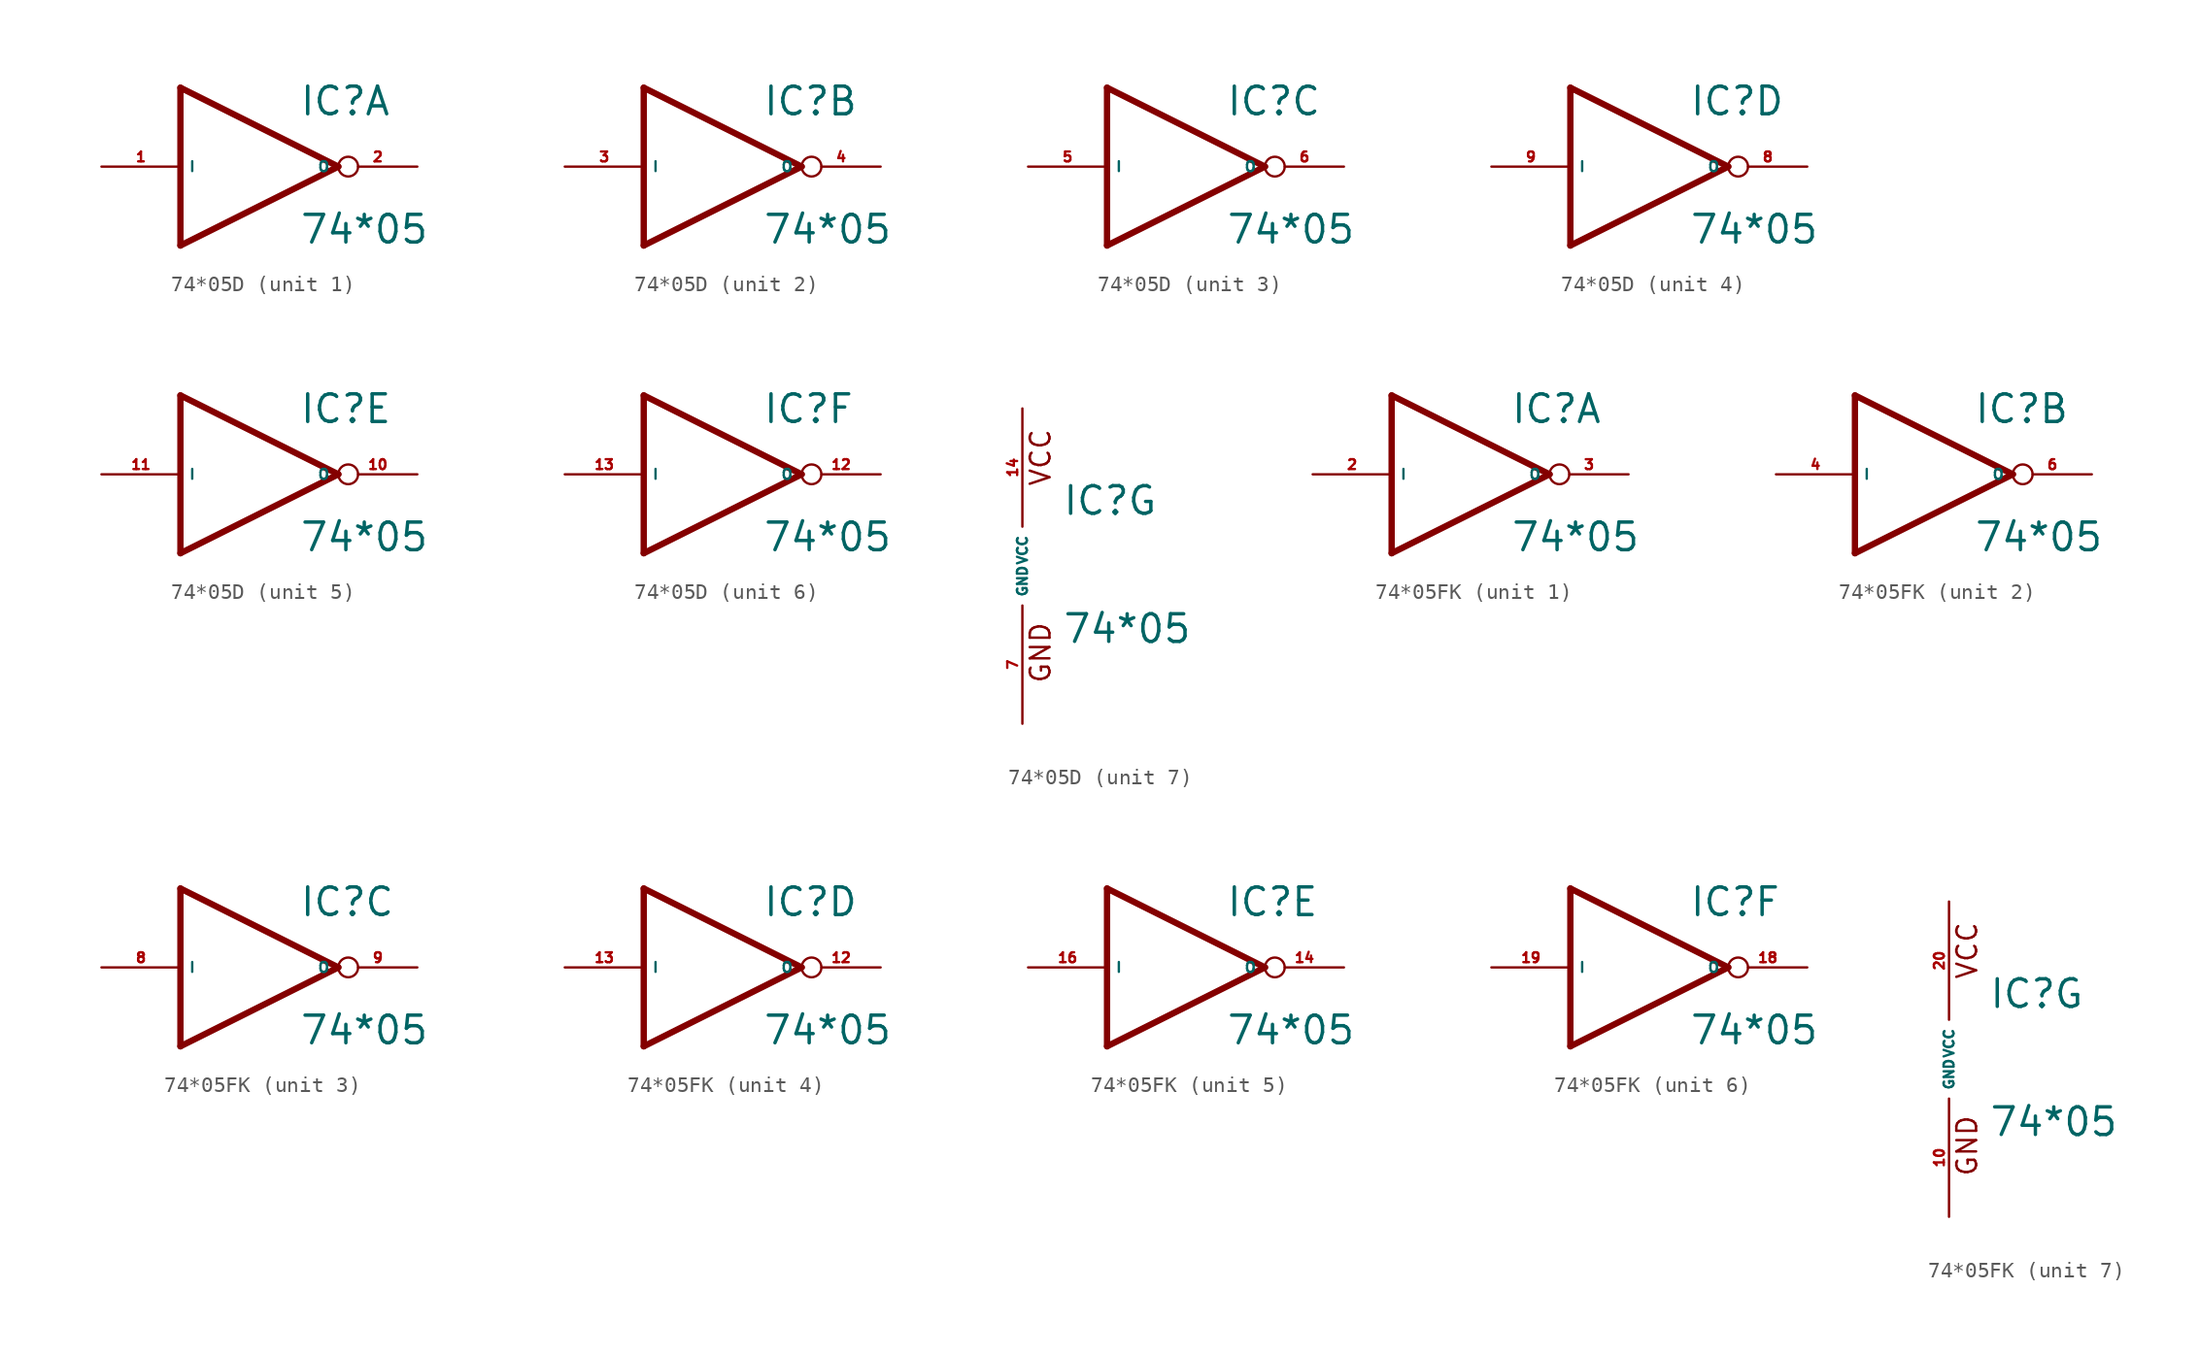
<source format=kicad_sym>
(kicad_symbol_lib
  (version 20220914)
  (generator Eagle2Kicad)
  (symbol "74*05D"
    (property "Reference" "IC"
      (at 2.54 3.175 0)
      (effects (font (size 1.778 1.778) (thickness 0.22)) (justify left bottom)))
    (property "Value" "74*05"
      (at 2.54 -5.08 0)
      (effects (font (size 1.778 1.778) (thickness 0.22)) (justify left bottom)))
    (symbol "74*05D_1_0"
      (polyline (pts (xy -5.08 5.08) (xy 5.08 0)) (stroke (width 0.406) (type default)) (fill (type none)))
      (polyline (pts (xy 5.08 0) (xy -5.08 -5.08)) (stroke (width 0.406) (type default)) (fill (type none)))
      (polyline (pts (xy -5.08 -5.08) (xy -5.08 5.08)) (stroke (width 0.406) (type default)) (fill (type none)))
      (pin input line (at -10.16 0 0) (length 5.08) (name "I" (effects (font (size 0.635 0.635) (thickness 0.08)) (justify left bottom))) (number "1" (effects (font (size 0.635 0.635) (thickness 0.08)) (justify left bottom))))
      (pin open_collector inverted (at 10.16 0 180) (length 5.08) (name "O" (effects (font (size 0.635 0.635) (thickness 0.08)) (justify left bottom))) (number "2" (effects (font (size 0.635 0.635) (thickness 0.08)) (justify left bottom)))))
    (symbol "74*05D_2_0"
      (polyline (pts (xy -5.08 5.08) (xy 5.08 0)) (stroke (width 0.406) (type default)) (fill (type none)))
      (polyline (pts (xy 5.08 0) (xy -5.08 -5.08)) (stroke (width 0.406) (type default)) (fill (type none)))
      (polyline (pts (xy -5.08 -5.08) (xy -5.08 5.08)) (stroke (width 0.406) (type default)) (fill (type none)))
      (pin input line (at -10.16 0 0) (length 5.08) (name "I" (effects (font (size 0.635 0.635) (thickness 0.08)) (justify left bottom))) (number "3" (effects (font (size 0.635 0.635) (thickness 0.08)) (justify left bottom))))
      (pin open_collector inverted (at 10.16 0 180) (length 5.08) (name "O" (effects (font (size 0.635 0.635) (thickness 0.08)) (justify left bottom))) (number "4" (effects (font (size 0.635 0.635) (thickness 0.08)) (justify left bottom)))))
    (symbol "74*05D_3_0"
      (polyline (pts (xy -5.08 5.08) (xy 5.08 0)) (stroke (width 0.406) (type default)) (fill (type none)))
      (polyline (pts (xy 5.08 0) (xy -5.08 -5.08)) (stroke (width 0.406) (type default)) (fill (type none)))
      (polyline (pts (xy -5.08 -5.08) (xy -5.08 5.08)) (stroke (width 0.406) (type default)) (fill (type none)))
      (pin input line (at -10.16 0 0) (length 5.08) (name "I" (effects (font (size 0.635 0.635) (thickness 0.08)) (justify left bottom))) (number "5" (effects (font (size 0.635 0.635) (thickness 0.08)) (justify left bottom))))
      (pin open_collector inverted (at 10.16 0 180) (length 5.08) (name "O" (effects (font (size 0.635 0.635) (thickness 0.08)) (justify left bottom))) (number "6" (effects (font (size 0.635 0.635) (thickness 0.08)) (justify left bottom)))))
    (symbol "74*05D_4_0"
      (polyline (pts (xy -5.08 5.08) (xy 5.08 0)) (stroke (width 0.406) (type default)) (fill (type none)))
      (polyline (pts (xy 5.08 0) (xy -5.08 -5.08)) (stroke (width 0.406) (type default)) (fill (type none)))
      (polyline (pts (xy -5.08 -5.08) (xy -5.08 5.08)) (stroke (width 0.406) (type default)) (fill (type none)))
      (pin input line (at -10.16 0 0) (length 5.08) (name "I" (effects (font (size 0.635 0.635) (thickness 0.08)) (justify left bottom))) (number "9" (effects (font (size 0.635 0.635) (thickness 0.08)) (justify left bottom))))
      (pin open_collector inverted (at 10.16 0 180) (length 5.08) (name "O" (effects (font (size 0.635 0.635) (thickness 0.08)) (justify left bottom))) (number "8" (effects (font (size 0.635 0.635) (thickness 0.08)) (justify left bottom)))))
    (symbol "74*05D_5_0"
      (polyline (pts (xy -5.08 5.08) (xy 5.08 0)) (stroke (width 0.406) (type default)) (fill (type none)))
      (polyline (pts (xy 5.08 0) (xy -5.08 -5.08)) (stroke (width 0.406) (type default)) (fill (type none)))
      (polyline (pts (xy -5.08 -5.08) (xy -5.08 5.08)) (stroke (width 0.406) (type default)) (fill (type none)))
      (pin input line (at -10.16 0 0) (length 5.08) (name "I" (effects (font (size 0.635 0.635) (thickness 0.08)) (justify left bottom))) (number "11" (effects (font (size 0.635 0.635) (thickness 0.08)) (justify left bottom))))
      (pin open_collector inverted (at 10.16 0 180) (length 5.08) (name "O" (effects (font (size 0.635 0.635) (thickness 0.08)) (justify left bottom))) (number "10" (effects (font (size 0.635 0.635) (thickness 0.08)) (justify left bottom)))))
    (symbol "74*05D_6_0"
      (polyline (pts (xy -5.08 5.08) (xy 5.08 0)) (stroke (width 0.406) (type default)) (fill (type none)))
      (polyline (pts (xy 5.08 0) (xy -5.08 -5.08)) (stroke (width 0.406) (type default)) (fill (type none)))
      (polyline (pts (xy -5.08 -5.08) (xy -5.08 5.08)) (stroke (width 0.406) (type default)) (fill (type none)))
      (pin input line (at -10.16 0 0) (length 5.08) (name "I" (effects (font (size 0.635 0.635) (thickness 0.08)) (justify left bottom))) (number "13" (effects (font (size 0.635 0.635) (thickness 0.08)) (justify left bottom))))
      (pin open_collector inverted (at 10.16 0 180) (length 5.08) (name "O" (effects (font (size 0.635 0.635) (thickness 0.08)) (justify left bottom))) (number "12" (effects (font (size 0.635 0.635) (thickness 0.08)) (justify left bottom)))))
    (symbol "74*05D_7_0"
      (text "GND" (at 1.905 -7.62 900) (effects (font (size 1.27 1.27) (thickness 0.16)) (justify left bottom)))
      (text "VCC" (at 1.905 5.08 900) (effects (font (size 1.27 1.27) (thickness 0.16)) (justify left bottom)))
      (pin unspecified line (at 0 -10.16 90) (length 7.62) (name "GND" (effects (font (size 0.635 0.635) (thickness 0.08)) (justify left bottom))) (number "7" (effects (font (size 0.635 0.635) (thickness 0.08)) (justify left bottom))))
      (pin unspecified line (at 0 10.16 270) (length 7.62) (name "VCC" (effects (font (size 0.635 0.635) (thickness 0.08)) (justify left bottom))) (number "14" (effects (font (size 0.635 0.635) (thickness 0.08)) (justify left bottom))))))
  (symbol "74*05FK"
    (property "Reference" "IC"
      (at 2.54 3.175 0)
      (effects (font (size 1.778 1.778) (thickness 0.22)) (justify left bottom)))
    (property "Value" "74*05"
      (at 2.54 -5.08 0)
      (effects (font (size 1.778 1.778) (thickness 0.22)) (justify left bottom)))
    (symbol "74*05FK_1_0"
      (polyline (pts (xy -5.08 5.08) (xy 5.08 0)) (stroke (width 0.406) (type default)) (fill (type none)))
      (polyline (pts (xy 5.08 0) (xy -5.08 -5.08)) (stroke (width 0.406) (type default)) (fill (type none)))
      (polyline (pts (xy -5.08 -5.08) (xy -5.08 5.08)) (stroke (width 0.406) (type default)) (fill (type none)))
      (pin input line (at -10.16 0 0) (length 5.08) (name "I" (effects (font (size 0.635 0.635) (thickness 0.08)) (justify left bottom))) (number "2" (effects (font (size 0.635 0.635) (thickness 0.08)) (justify left bottom))))
      (pin open_collector inverted (at 10.16 0 180) (length 5.08) (name "O" (effects (font (size 0.635 0.635) (thickness 0.08)) (justify left bottom))) (number "3" (effects (font (size 0.635 0.635) (thickness 0.08)) (justify left bottom)))))
    (symbol "74*05FK_2_0"
      (polyline (pts (xy -5.08 5.08) (xy 5.08 0)) (stroke (width 0.406) (type default)) (fill (type none)))
      (polyline (pts (xy 5.08 0) (xy -5.08 -5.08)) (stroke (width 0.406) (type default)) (fill (type none)))
      (polyline (pts (xy -5.08 -5.08) (xy -5.08 5.08)) (stroke (width 0.406) (type default)) (fill (type none)))
      (pin input line (at -10.16 0 0) (length 5.08) (name "I" (effects (font (size 0.635 0.635) (thickness 0.08)) (justify left bottom))) (number "4" (effects (font (size 0.635 0.635) (thickness 0.08)) (justify left bottom))))
      (pin open_collector inverted (at 10.16 0 180) (length 5.08) (name "O" (effects (font (size 0.635 0.635) (thickness 0.08)) (justify left bottom))) (number "6" (effects (font (size 0.635 0.635) (thickness 0.08)) (justify left bottom)))))
    (symbol "74*05FK_3_0"
      (polyline (pts (xy -5.08 5.08) (xy 5.08 0)) (stroke (width 0.406) (type default)) (fill (type none)))
      (polyline (pts (xy 5.08 0) (xy -5.08 -5.08)) (stroke (width 0.406) (type default)) (fill (type none)))
      (polyline (pts (xy -5.08 -5.08) (xy -5.08 5.08)) (stroke (width 0.406) (type default)) (fill (type none)))
      (pin input line (at -10.16 0 0) (length 5.08) (name "I" (effects (font (size 0.635 0.635) (thickness 0.08)) (justify left bottom))) (number "8" (effects (font (size 0.635 0.635) (thickness 0.08)) (justify left bottom))))
      (pin open_collector inverted (at 10.16 0 180) (length 5.08) (name "O" (effects (font (size 0.635 0.635) (thickness 0.08)) (justify left bottom))) (number "9" (effects (font (size 0.635 0.635) (thickness 0.08)) (justify left bottom)))))
    (symbol "74*05FK_4_0"
      (polyline (pts (xy -5.08 5.08) (xy 5.08 0)) (stroke (width 0.406) (type default)) (fill (type none)))
      (polyline (pts (xy 5.08 0) (xy -5.08 -5.08)) (stroke (width 0.406) (type default)) (fill (type none)))
      (polyline (pts (xy -5.08 -5.08) (xy -5.08 5.08)) (stroke (width 0.406) (type default)) (fill (type none)))
      (pin input line (at -10.16 0 0) (length 5.08) (name "I" (effects (font (size 0.635 0.635) (thickness 0.08)) (justify left bottom))) (number "13" (effects (font (size 0.635 0.635) (thickness 0.08)) (justify left bottom))))
      (pin open_collector inverted (at 10.16 0 180) (length 5.08) (name "O" (effects (font (size 0.635 0.635) (thickness 0.08)) (justify left bottom))) (number "12" (effects (font (size 0.635 0.635) (thickness 0.08)) (justify left bottom)))))
    (symbol "74*05FK_5_0"
      (polyline (pts (xy -5.08 5.08) (xy 5.08 0)) (stroke (width 0.406) (type default)) (fill (type none)))
      (polyline (pts (xy 5.08 0) (xy -5.08 -5.08)) (stroke (width 0.406) (type default)) (fill (type none)))
      (polyline (pts (xy -5.08 -5.08) (xy -5.08 5.08)) (stroke (width 0.406) (type default)) (fill (type none)))
      (pin input line (at -10.16 0 0) (length 5.08) (name "I" (effects (font (size 0.635 0.635) (thickness 0.08)) (justify left bottom))) (number "16" (effects (font (size 0.635 0.635) (thickness 0.08)) (justify left bottom))))
      (pin open_collector inverted (at 10.16 0 180) (length 5.08) (name "O" (effects (font (size 0.635 0.635) (thickness 0.08)) (justify left bottom))) (number "14" (effects (font (size 0.635 0.635) (thickness 0.08)) (justify left bottom)))))
    (symbol "74*05FK_6_0"
      (polyline (pts (xy -5.08 5.08) (xy 5.08 0)) (stroke (width 0.406) (type default)) (fill (type none)))
      (polyline (pts (xy 5.08 0) (xy -5.08 -5.08)) (stroke (width 0.406) (type default)) (fill (type none)))
      (polyline (pts (xy -5.08 -5.08) (xy -5.08 5.08)) (stroke (width 0.406) (type default)) (fill (type none)))
      (pin input line (at -10.16 0 0) (length 5.08) (name "I" (effects (font (size 0.635 0.635) (thickness 0.08)) (justify left bottom))) (number "19" (effects (font (size 0.635 0.635) (thickness 0.08)) (justify left bottom))))
      (pin open_collector inverted (at 10.16 0 180) (length 5.08) (name "O" (effects (font (size 0.635 0.635) (thickness 0.08)) (justify left bottom))) (number "18" (effects (font (size 0.635 0.635) (thickness 0.08)) (justify left bottom)))))
    (symbol "74*05FK_7_0"
      (text "GND" (at 1.905 -7.62 900) (effects (font (size 1.27 1.27) (thickness 0.16)) (justify left bottom)))
      (text "VCC" (at 1.905 5.08 900) (effects (font (size 1.27 1.27) (thickness 0.16)) (justify left bottom)))
      (pin unspecified line (at 0 -10.16 90) (length 7.62) (name "GND" (effects (font (size 0.635 0.635) (thickness 0.08)) (justify left bottom))) (number "10" (effects (font (size 0.635 0.635) (thickness 0.08)) (justify left bottom))))
      (pin unspecified line (at 0 10.16 270) (length 7.62) (name "VCC" (effects (font (size 0.635 0.635) (thickness 0.08)) (justify left bottom))) (number "20" (effects (font (size 0.635 0.635) (thickness 0.08)) (justify left bottom)))))))
</source>
